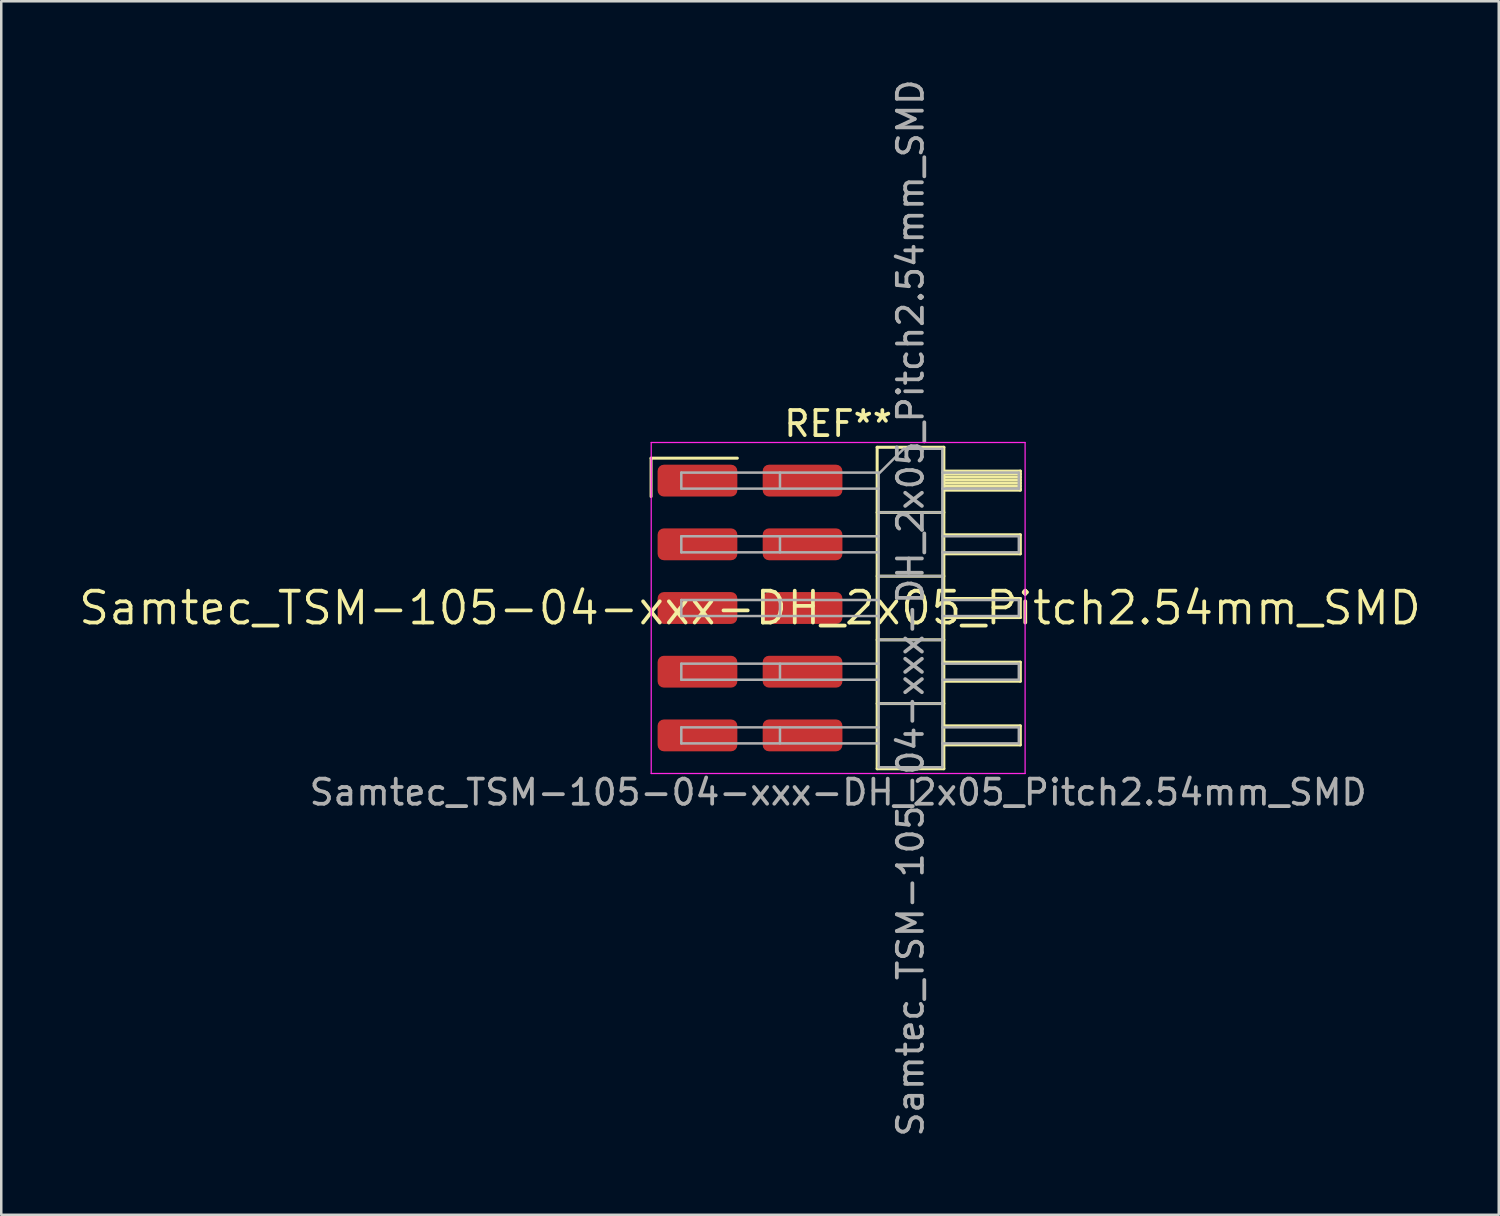
<source format=kicad_pcb>
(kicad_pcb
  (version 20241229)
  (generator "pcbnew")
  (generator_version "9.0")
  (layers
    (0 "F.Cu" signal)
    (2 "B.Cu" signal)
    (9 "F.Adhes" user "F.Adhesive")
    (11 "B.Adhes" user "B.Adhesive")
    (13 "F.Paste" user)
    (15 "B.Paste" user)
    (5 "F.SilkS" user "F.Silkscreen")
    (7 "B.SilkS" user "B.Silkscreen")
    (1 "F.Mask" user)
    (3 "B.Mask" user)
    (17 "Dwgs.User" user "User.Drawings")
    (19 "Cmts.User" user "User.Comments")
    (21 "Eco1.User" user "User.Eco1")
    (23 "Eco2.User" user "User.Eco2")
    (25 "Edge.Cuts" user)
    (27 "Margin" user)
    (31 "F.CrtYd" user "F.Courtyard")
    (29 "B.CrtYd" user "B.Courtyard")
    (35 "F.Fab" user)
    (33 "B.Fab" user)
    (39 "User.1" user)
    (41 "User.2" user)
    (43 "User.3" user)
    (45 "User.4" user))
  (footprint "Samtec_TSM-105-04-xxx-DH_2x05_Pitch2.54mm_SMD"
    (layer "F.Cu")
    (at 26.859 21.196)
    (property "Reference" "Samtec_TSM-105-04-xxx-DH_2x05_Pitch2.54mm_SMD" (at 0 0 0) (layer "F.SilkS") (effects (font (size 1.27 1.27) (thickness 0.15))))
    (attr smd)
    (fp_line (start -3.945 -5.975) (end -0.505 -5.975) (stroke (width 0.12) (type solid)) (layer "F.SilkS"))
    (fp_line (start -3.945 -4.445) (end -3.945 -5.975) (stroke (width 0.12) (type solid)) (layer "F.SilkS"))
    (fp_line (start 5.07 -6.41) (end 7.73 -6.41) (stroke (width 0.12) (type solid)) (layer "F.SilkS"))
    (fp_line (start 5.07 -3.81) (end 7.73 -3.81) (stroke (width 0.12) (type solid)) (layer "F.SilkS"))
    (fp_line (start 5.07 -1.27) (end 7.73 -1.27) (stroke (width 0.12) (type solid)) (layer "F.SilkS"))
    (fp_line (start 5.07 1.27) (end 7.73 1.27) (stroke (width 0.12) (type solid)) (layer "F.SilkS"))
    (fp_line (start 5.07 3.81) (end 7.73 3.81) (stroke (width 0.12) (type solid)) (layer "F.SilkS"))
    (fp_line (start 5.07 6.41) (end 5.07 -6.41) (stroke (width 0.12) (type solid)) (layer "F.SilkS"))
    (fp_line (start 7.73 -6.41) (end 7.73 6.41) (stroke (width 0.12) (type solid)) (layer "F.SilkS"))
    (fp_line (start 7.73 -5.46) (end 10.78 -5.46) (stroke (width 0.12) (type solid)) (layer "F.SilkS"))
    (fp_line (start 7.73 -5.34) (end 10.78 -5.34) (stroke (width 0.12) (type solid)) (layer "F.SilkS"))
    (fp_line (start 7.73 -5.22) (end 10.78 -5.22) (stroke (width 0.12) (type solid)) (layer "F.SilkS"))
    (fp_line (start 7.73 -5.1) (end 10.78 -5.1) (stroke (width 0.12) (type solid)) (layer "F.SilkS"))
    (fp_line (start 7.73 -4.98) (end 10.78 -4.98) (stroke (width 0.12) (type solid)) (layer "F.SilkS"))
    (fp_line (start 7.73 -4.86) (end 10.78 -4.86) (stroke (width 0.12) (type solid)) (layer "F.SilkS"))
    (fp_line (start 7.73 -4.74) (end 10.78 -4.74) (stroke (width 0.12) (type solid)) (layer "F.SilkS"))
    (fp_line (start 7.73 -4.7) (end 10.78 -4.7) (stroke (width 0.12) (type solid)) (layer "F.SilkS"))
    (fp_line (start 7.73 -2.92) (end 10.78 -2.92) (stroke (width 0.12) (type solid)) (layer "F.SilkS"))
    (fp_line (start 7.73 -2.16) (end 10.78 -2.16) (stroke (width 0.12) (type solid)) (layer "F.SilkS"))
    (fp_line (start 7.73 -0.38) (end 10.78 -0.38) (stroke (width 0.12) (type solid)) (layer "F.SilkS"))
    (fp_line (start 7.73 0.38) (end 10.78 0.38) (stroke (width 0.12) (type solid)) (layer "F.SilkS"))
    (fp_line (start 7.73 2.16) (end 10.78 2.16) (stroke (width 0.12) (type solid)) (layer "F.SilkS"))
    (fp_line (start 7.73 2.92) (end 10.78 2.92) (stroke (width 0.12) (type solid)) (layer "F.SilkS"))
    (fp_line (start 7.73 4.7) (end 10.78 4.7) (stroke (width 0.12) (type solid)) (layer "F.SilkS"))
    (fp_line (start 7.73 5.46) (end 10.78 5.46) (stroke (width 0.12) (type solid)) (layer "F.SilkS"))
    (fp_line (start 7.73 6.41) (end 5.07 6.41) (stroke (width 0.12) (type solid)) (layer "F.SilkS"))
    (fp_line (start 10.78 -5.46) (end 10.78 -4.7) (stroke (width 0.12) (type solid)) (layer "F.SilkS"))
    (fp_line (start 10.78 -2.92) (end 10.78 -2.16) (stroke (width 0.12) (type solid)) (layer "F.SilkS"))
    (fp_line (start 10.78 -0.38) (end 10.78 0.38) (stroke (width 0.12) (type solid)) (layer "F.SilkS"))
    (fp_line (start 10.78 2.16) (end 10.78 2.92) (stroke (width 0.12) (type solid)) (layer "F.SilkS"))
    (fp_line (start 10.78 4.7) (end 10.78 5.46) (stroke (width 0.12) (type solid)) (layer "F.SilkS"))
    (fp_line (start -3.94 -6.6) (end 10.97 -6.6) (stroke (width 0.05) (type solid)) (layer "F.CrtYd"))
    (fp_line (start -3.94 6.6) (end -3.94 -6.6) (stroke (width 0.05) (type solid)) (layer "F.CrtYd"))
    (fp_line (start 10.97 -6.6) (end 10.97 6.6) (stroke (width 0.05) (type solid)) (layer "F.CrtYd"))
    (fp_line (start 10.97 6.6) (end -3.94 6.6) (stroke (width 0.05) (type solid)) (layer "F.CrtYd"))
    (fp_line (start -2.74 -5.4) (end -2.74 -4.76) (stroke (width 0.1) (type solid)) (layer "F.Fab"))
    (fp_line (start -2.74 -5.4) (end 5.13 -5.4) (stroke (width 0.1) (type solid)) (layer "F.Fab"))
    (fp_line (start -2.74 -4.76) (end 5.13 -4.76) (stroke (width 0.1) (type solid)) (layer "F.Fab"))
    (fp_line (start -2.74 -2.86) (end -2.74 -2.22) (stroke (width 0.1) (type solid)) (layer "F.Fab"))
    (fp_line (start -2.74 -2.86) (end 5.13 -2.86) (stroke (width 0.1) (type solid)) (layer "F.Fab"))
    (fp_line (start -2.74 -2.22) (end 5.13 -2.22) (stroke (width 0.1) (type solid)) (layer "F.Fab"))
    (fp_line (start -2.74 -0.32) (end -2.74 0.32) (stroke (width 0.1) (type solid)) (layer "F.Fab"))
    (fp_line (start -2.74 -0.32) (end 5.13 -0.32) (stroke (width 0.1) (type solid)) (layer "F.Fab"))
    (fp_line (start -2.74 0.32) (end 5.13 0.32) (stroke (width 0.1) (type solid)) (layer "F.Fab"))
    (fp_line (start -2.74 2.22) (end -2.74 2.86) (stroke (width 0.1) (type solid)) (layer "F.Fab"))
    (fp_line (start -2.74 2.22) (end 5.13 2.22) (stroke (width 0.1) (type solid)) (layer "F.Fab"))
    (fp_line (start -2.74 2.86) (end 5.13 2.86) (stroke (width 0.1) (type solid)) (layer "F.Fab"))
    (fp_line (start -2.74 4.76) (end -2.74 5.4) (stroke (width 0.1) (type solid)) (layer "F.Fab"))
    (fp_line (start -2.74 4.76) (end 5.13 4.76) (stroke (width 0.1) (type solid)) (layer "F.Fab"))
    (fp_line (start -2.74 5.4) (end 5.13 5.4) (stroke (width 0.1) (type solid)) (layer "F.Fab"))
    (fp_line (start 1.195 -5.4) (end 1.195 -4.76) (stroke (width 0.1) (type solid)) (layer "F.Fab"))
    (fp_line (start 1.195 -2.86) (end 1.195 -2.22) (stroke (width 0.1) (type solid)) (layer "F.Fab"))
    (fp_line (start 1.195 -0.32) (end 1.195 0.32) (stroke (width 0.1) (type solid)) (layer "F.Fab"))
    (fp_line (start 1.195 2.22) (end 1.195 2.86) (stroke (width 0.1) (type solid)) (layer "F.Fab"))
    (fp_line (start 1.195 4.76) (end 1.195 5.4) (stroke (width 0.1) (type solid)) (layer "F.Fab"))
    (fp_line (start 5.13 -5.35) (end 6.13 -6.35) (stroke (width 0.1) (type solid)) (layer "F.Fab"))
    (fp_line (start 5.13 -3.81) (end 7.67 -3.81) (stroke (width 0.1) (type solid)) (layer "F.Fab"))
    (fp_line (start 5.13 -1.27) (end 7.67 -1.27) (stroke (width 0.1) (type solid)) (layer "F.Fab"))
    (fp_line (start 5.13 1.27) (end 7.67 1.27) (stroke (width 0.1) (type solid)) (layer "F.Fab"))
    (fp_line (start 5.13 3.81) (end 7.67 3.81) (stroke (width 0.1) (type solid)) (layer "F.Fab"))
    (fp_line (start 5.13 6.35) (end 5.13 -5.35) (stroke (width 0.1) (type solid)) (layer "F.Fab"))
    (fp_line (start 6.13 -6.35) (end 7.67 -6.35) (stroke (width 0.1) (type solid)) (layer "F.Fab"))
    (fp_line (start 7.67 -6.35) (end 7.67 6.35) (stroke (width 0.1) (type solid)) (layer "F.Fab"))
    (fp_line (start 7.67 -5.4) (end 10.72 -5.4) (stroke (width 0.1) (type solid)) (layer "F.Fab"))
    (fp_line (start 7.67 -4.76) (end 10.72 -4.76) (stroke (width 0.1) (type solid)) (layer "F.Fab"))
    (fp_line (start 7.67 -2.86) (end 10.72 -2.86) (stroke (width 0.1) (type solid)) (layer "F.Fab"))
    (fp_line (start 7.67 -2.22) (end 10.72 -2.22) (stroke (width 0.1) (type solid)) (layer "F.Fab"))
    (fp_line (start 7.67 -0.32) (end 10.72 -0.32) (stroke (width 0.1) (type solid)) (layer "F.Fab"))
    (fp_line (start 7.67 0.32) (end 10.72 0.32) (stroke (width 0.1) (type solid)) (layer "F.Fab"))
    (fp_line (start 7.67 2.22) (end 10.72 2.22) (stroke (width 0.1) (type solid)) (layer "F.Fab"))
    (fp_line (start 7.67 2.86) (end 10.72 2.86) (stroke (width 0.1) (type solid)) (layer "F.Fab"))
    (fp_line (start 7.67 4.76) (end 10.72 4.76) (stroke (width 0.1) (type solid)) (layer "F.Fab"))
    (fp_line (start 7.67 5.4) (end 10.72 5.4) (stroke (width 0.1) (type solid)) (layer "F.Fab"))
    (fp_line (start 7.67 6.35) (end 5.13 6.35) (stroke (width 0.1) (type solid)) (layer "F.Fab"))
    (fp_line (start 10.72 -5.4) (end 10.72 -4.76) (stroke (width 0.1) (type solid)) (layer "F.Fab"))
    (fp_line (start 10.72 -2.86) (end 10.72 -2.22) (stroke (width 0.1) (type solid)) (layer "F.Fab"))
    (fp_line (start 10.72 -0.32) (end 10.72 0.32) (stroke (width 0.1) (type solid)) (layer "F.Fab"))
    (fp_line (start 10.72 2.22) (end 10.72 2.86) (stroke (width 0.1) (type solid)) (layer "F.Fab"))
    (fp_line (start 10.72 4.76) (end 10.72 5.4) (stroke (width 0.1) (type solid)) (layer "F.Fab"))
    (fp_text user "REF**" (at 3.515 -7.35 0) (layer "F.SilkS") (effects (font (size 1 1) (thickness 0.15))))
    (fp_text user "${REFERENCE}" (at 6.4 0 90) (layer "F.Fab") (effects (font (size 1 1) (thickness 0.15))))
    (fp_text user "Samtec_TSM-105-04-xxx-DH_2x05_Pitch2.54mm_SMD" (at 3.515 7.35 0) (layer "F.Fab") (effects (font (size 1 1) (thickness 0.15))))
    (pad "1" smd roundrect (at -2.095 -5.08) (size 3.18 1.27) (layers "F.Cu" "F.Mask" "F.Paste") (roundrect_rratio 0.197))
    (pad "2" smd roundrect (at 2.095 -5.08) (size 3.18 1.27) (layers "F.Cu" "F.Mask" "F.Paste") (roundrect_rratio 0.197))
    (pad "3" smd roundrect (at -2.095 -2.54) (size 3.18 1.27) (layers "F.Cu" "F.Mask" "F.Paste") (roundrect_rratio 0.197))
    (pad "4" smd roundrect (at 2.095 -2.54) (size 3.18 1.27) (layers "F.Cu" "F.Mask" "F.Paste") (roundrect_rratio 0.197))
    (pad "5" smd roundrect (at -2.095 0) (size 3.18 1.27) (layers "F.Cu" "F.Mask" "F.Paste") (roundrect_rratio 0.197))
    (pad "6" smd roundrect (at 2.095 0) (size 3.18 1.27) (layers "F.Cu" "F.Mask" "F.Paste") (roundrect_rratio 0.197))
    (pad "7" smd roundrect (at -2.095 2.54) (size 3.18 1.27) (layers "F.Cu" "F.Mask" "F.Paste") (roundrect_rratio 0.197))
    (pad "8" smd roundrect (at 2.095 2.54) (size 3.18 1.27) (layers "F.Cu" "F.Mask" "F.Paste") (roundrect_rratio 0.197))
    (pad "9" smd roundrect (at -2.095 5.08) (size 3.18 1.27) (layers "F.Cu" "F.Mask" "F.Paste") (roundrect_rratio 0.197))
    (pad "10" smd roundrect (at 2.095 5.08) (size 3.18 1.27) (layers "F.Cu" "F.Mask" "F.Paste") (roundrect_rratio 0.197)))
  (gr_rect
    (start -3 -3)
    (end 56.717 45.393)
    (stroke (width 0.1) (type default))
    (fill no)
    (layer "Edge.Cuts")))
</source>
